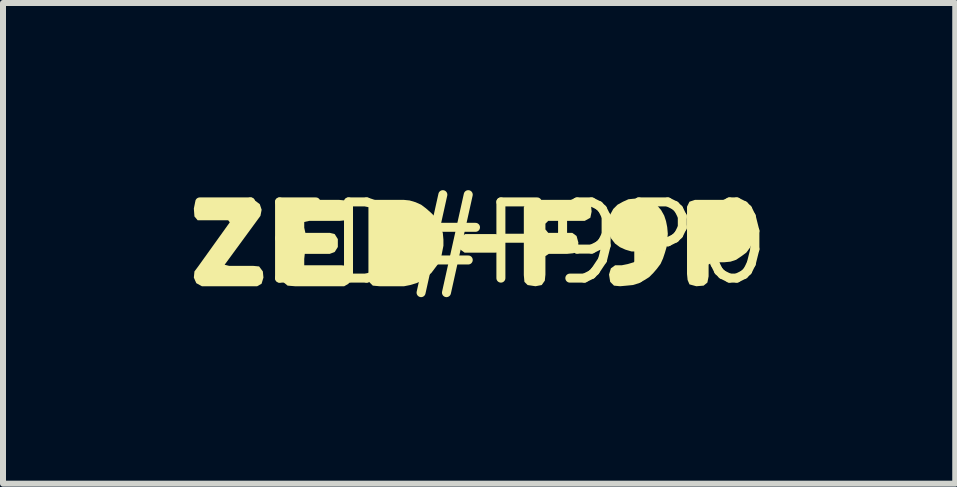
<source format=kicad_pcb>
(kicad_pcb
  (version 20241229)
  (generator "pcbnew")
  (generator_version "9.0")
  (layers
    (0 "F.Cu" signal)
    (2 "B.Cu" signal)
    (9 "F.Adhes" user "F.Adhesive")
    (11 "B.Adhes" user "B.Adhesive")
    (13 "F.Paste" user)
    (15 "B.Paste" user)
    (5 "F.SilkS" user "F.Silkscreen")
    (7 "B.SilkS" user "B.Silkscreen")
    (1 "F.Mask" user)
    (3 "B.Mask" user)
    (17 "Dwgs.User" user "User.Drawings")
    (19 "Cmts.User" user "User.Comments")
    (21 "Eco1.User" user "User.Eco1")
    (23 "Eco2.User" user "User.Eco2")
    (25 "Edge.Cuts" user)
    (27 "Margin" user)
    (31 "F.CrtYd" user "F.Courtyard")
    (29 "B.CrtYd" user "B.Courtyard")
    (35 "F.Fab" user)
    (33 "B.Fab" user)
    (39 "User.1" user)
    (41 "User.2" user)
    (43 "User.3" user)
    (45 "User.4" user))
  (footprint "ZED#F9P0"
    (layer "F.Cu")
    (at 4.936 1.006)
    (property "Reference" "ZED#F9P0" (at 0 0 0) (layer "F.SilkS") (effects (font (size 1.27 1.27) (thickness 0.15))))
    (fp_poly (pts (xy 0.384 -0.134) (xy 0.415 -0.051) (xy 0.415 0.061) (xy 0.373 0.145) (xy 0.27 0.155) (xy -0.242 0.155) (xy -0.315 0.103) (xy -0.335 0) (xy -0.314 -0.103) (xy -0.231 -0.155) (xy 0.27 -0.155)) (stroke (width 0) (type default)) (fill yes) (layer "F.SilkS"))
    (fp_poly (pts (xy -3.738 -0.715) (xy -3.656 -0.653) (xy -3.625 -0.56) (xy -3.645 -0.458) (xy -4.242 0.357) (xy -4.169 0.375) (xy -3.77 0.375) (xy -3.667 0.385) (xy -3.605 0.468) (xy -3.595 0.57) (xy -3.626 0.673) (xy -3.699 0.715) (xy -4.621 0.715) (xy -4.714 0.664) (xy -4.755 0.571) (xy -4.745 0.468) (xy -4.684 0.387) (xy -4.156 -0.35) (xy -4.183 -0.385) (xy -4.692 -0.385) (xy -4.745 -0.448) (xy -4.755 -0.58) (xy -4.734 -0.683) (xy -4.651 -0.725) (xy -3.84 -0.725)) (stroke (width 0) (type default)) (fill yes) (layer "F.SilkS"))
    (fp_poly (pts (xy 1.803 -0.715) (xy 1.865 -0.632) (xy 1.875 -0.53) (xy 1.854 -0.427) (xy 1.761 -0.375) (xy 1.152 -0.375) (xy 1.105 -0.328) (xy 1.105 -0.232) (xy 1.152 -0.175) (xy 1.552 -0.175) (xy 1.624 -0.123) (xy 1.655 -0.01) (xy 1.635 0.102) (xy 1.572 0.165) (xy 1.47 0.175) (xy 1.162 0.175) (xy 1.105 0.213) (xy 1.105 0.52) (xy 1.095 0.622) (xy 1.043 0.695) (xy 0.94 0.715) (xy 0.808 0.695) (xy 0.755 0.642) (xy 0.745 0.53) (xy 0.745 -0.601) (xy 0.786 -0.694) (xy 0.869 -0.725) (xy 1.7 -0.725)) (stroke (width 0) (type default)) (fill yes) (layer "F.SilkS"))
    (fp_poly (pts (xy 4.212 -0.705) (xy 4.302 -0.664) (xy 4.393 -0.604) (xy 4.464 -0.533) (xy 4.524 -0.443) (xy 4.574 -0.352) (xy 4.585 -0.331) (xy 4.585 -0.119) (xy 4.555 -0.018) (xy 4.514 0.073) (xy 4.454 0.154) (xy 4.373 0.214) (xy 4.287 0.272) (xy 4.287 0.273) (xy 4.282 0.275) (xy 4.278 0.277) (xy 4.277 0.276) (xy 4.191 0.305) (xy 4.09 0.315) (xy 3.891 0.315) (xy 3.825 0.353) (xy 3.825 0.55) (xy 3.805 0.653) (xy 3.742 0.705) (xy 3.62 0.715) (xy 3.506 0.684) (xy 3.475 0.611) (xy 3.465 0.51) (xy 3.465 -0.611) (xy 3.506 -0.694) (xy 3.599 -0.725) (xy 4.11 -0.725)) (stroke (width 0) (type default)) (fill yes) (layer "F.SilkS"))
    (fp_poly (pts (xy -1.159 -0.715) (xy -1.058 -0.685) (xy -0.967 -0.644) (xy -0.887 -0.584) (xy -0.807 -0.514) (xy -0.736 -0.443) (xy -0.676 -0.352) (xy -0.635 -0.262) (xy -0.605 -0.171) (xy -0.595 -0.06) (xy -0.595 0.04) (xy -0.615 0.141) (xy -0.635 0.242) (xy -0.676 0.333) (xy -0.736 0.413) (xy -0.796 0.493) (xy -0.877 0.564) (xy -0.957 0.624) (xy -1.044 0.663) (xy -1.043 0.663) (xy -1.048 0.665) (xy -1.053 0.667) (xy -1.053 0.666) (xy -1.149 0.695) (xy -1.25 0.715) (xy -1.66 0.715) (xy -1.772 0.705) (xy -1.835 0.642) (xy -1.845 0.53) (xy -1.845 -0.591) (xy -1.824 -0.683) (xy -1.741 -0.725) (xy -1.26 -0.725)) (stroke (width 0) (type default)) (fill yes) (layer "F.SilkS"))
    (fp_poly (pts (xy -2.238 -0.715) (xy -2.166 -0.673) (xy -2.135 -0.56) (xy -2.155 -0.437) (xy -2.218 -0.385) (xy -2.32 -0.375) (xy -2.829 -0.375) (xy -2.915 -0.356) (xy -2.915 -0.261) (xy -2.896 -0.175) (xy -2.489 -0.175) (xy -2.407 -0.154) (xy -2.355 -0.071) (xy -2.355 0.061) (xy -2.407 0.144) (xy -2.489 0.175) (xy -2.906 0.175) (xy -2.915 0.26) (xy -2.915 0.365) (xy -2.3 0.365) (xy -2.207 0.375) (xy -2.145 0.448) (xy -2.135 0.571) (xy -2.176 0.673) (xy -2.249 0.715) (xy -3.07 0.715) (xy -3.192 0.705) (xy -3.255 0.653) (xy -3.265 0.55) (xy -3.265 -0.581) (xy -3.244 -0.673) (xy -3.172 -0.715) (xy -3.05 -0.725) (xy -2.34 -0.725)) (stroke (width 0) (type default)) (fill yes) (layer "F.SilkS"))
    (fp_poly (pts (xy 2.811 -0.725) (xy 2.903 -0.684) (xy 2.974 -0.624) (xy 3.034 -0.553) (xy 3.085 -0.462) (xy 3.115 -0.371) (xy 3.135 -0.271) (xy 3.145 -0.16) (xy 3.135 -0.05) (xy 3.125 0.061) (xy 3.095 0.162) (xy 3.065 0.252) (xy 3.024 0.343) (xy 2.964 0.423) (xy 2.904 0.493) (xy 2.833 0.564) (xy 2.753 0.614) (xy 2.662 0.665) (xy 2.561 0.695) (xy 2.46 0.705) (xy 2.35 0.715) (xy 2.248 0.705) (xy 2.185 0.642) (xy 2.165 0.52) (xy 2.196 0.417) (xy 2.268 0.365) (xy 2.38 0.365) (xy 2.479 0.345) (xy 2.578 0.315) (xy 2.656 0.257) (xy 2.715 0.168) (xy 2.733 0.117) (xy 2.64 0.135) (xy 2.539 0.135) (xy 2.438 0.105) (xy 2.347 0.064) (xy 2.266 0.004) (xy 2.196 -0.087) (xy 2.155 -0.178) (xy 2.135 -0.269) (xy 2.135 -0.28) (xy 2.145 -0.391) (xy 2.186 -0.482) (xy 2.236 -0.573) (xy 2.307 -0.644) (xy 2.398 -0.694) (xy 2.489 -0.735) (xy 2.59 -0.745) (xy 2.7 -0.745)) (stroke (width 0) (type default)) (fill yes) (layer "F.SilkS")))
  (gr_rect
    (start -3 -3)
    (end 12.872 5.012)
    (stroke (width 0.1) (type default))
    (fill no)
    (layer "Edge.Cuts")))
</source>
